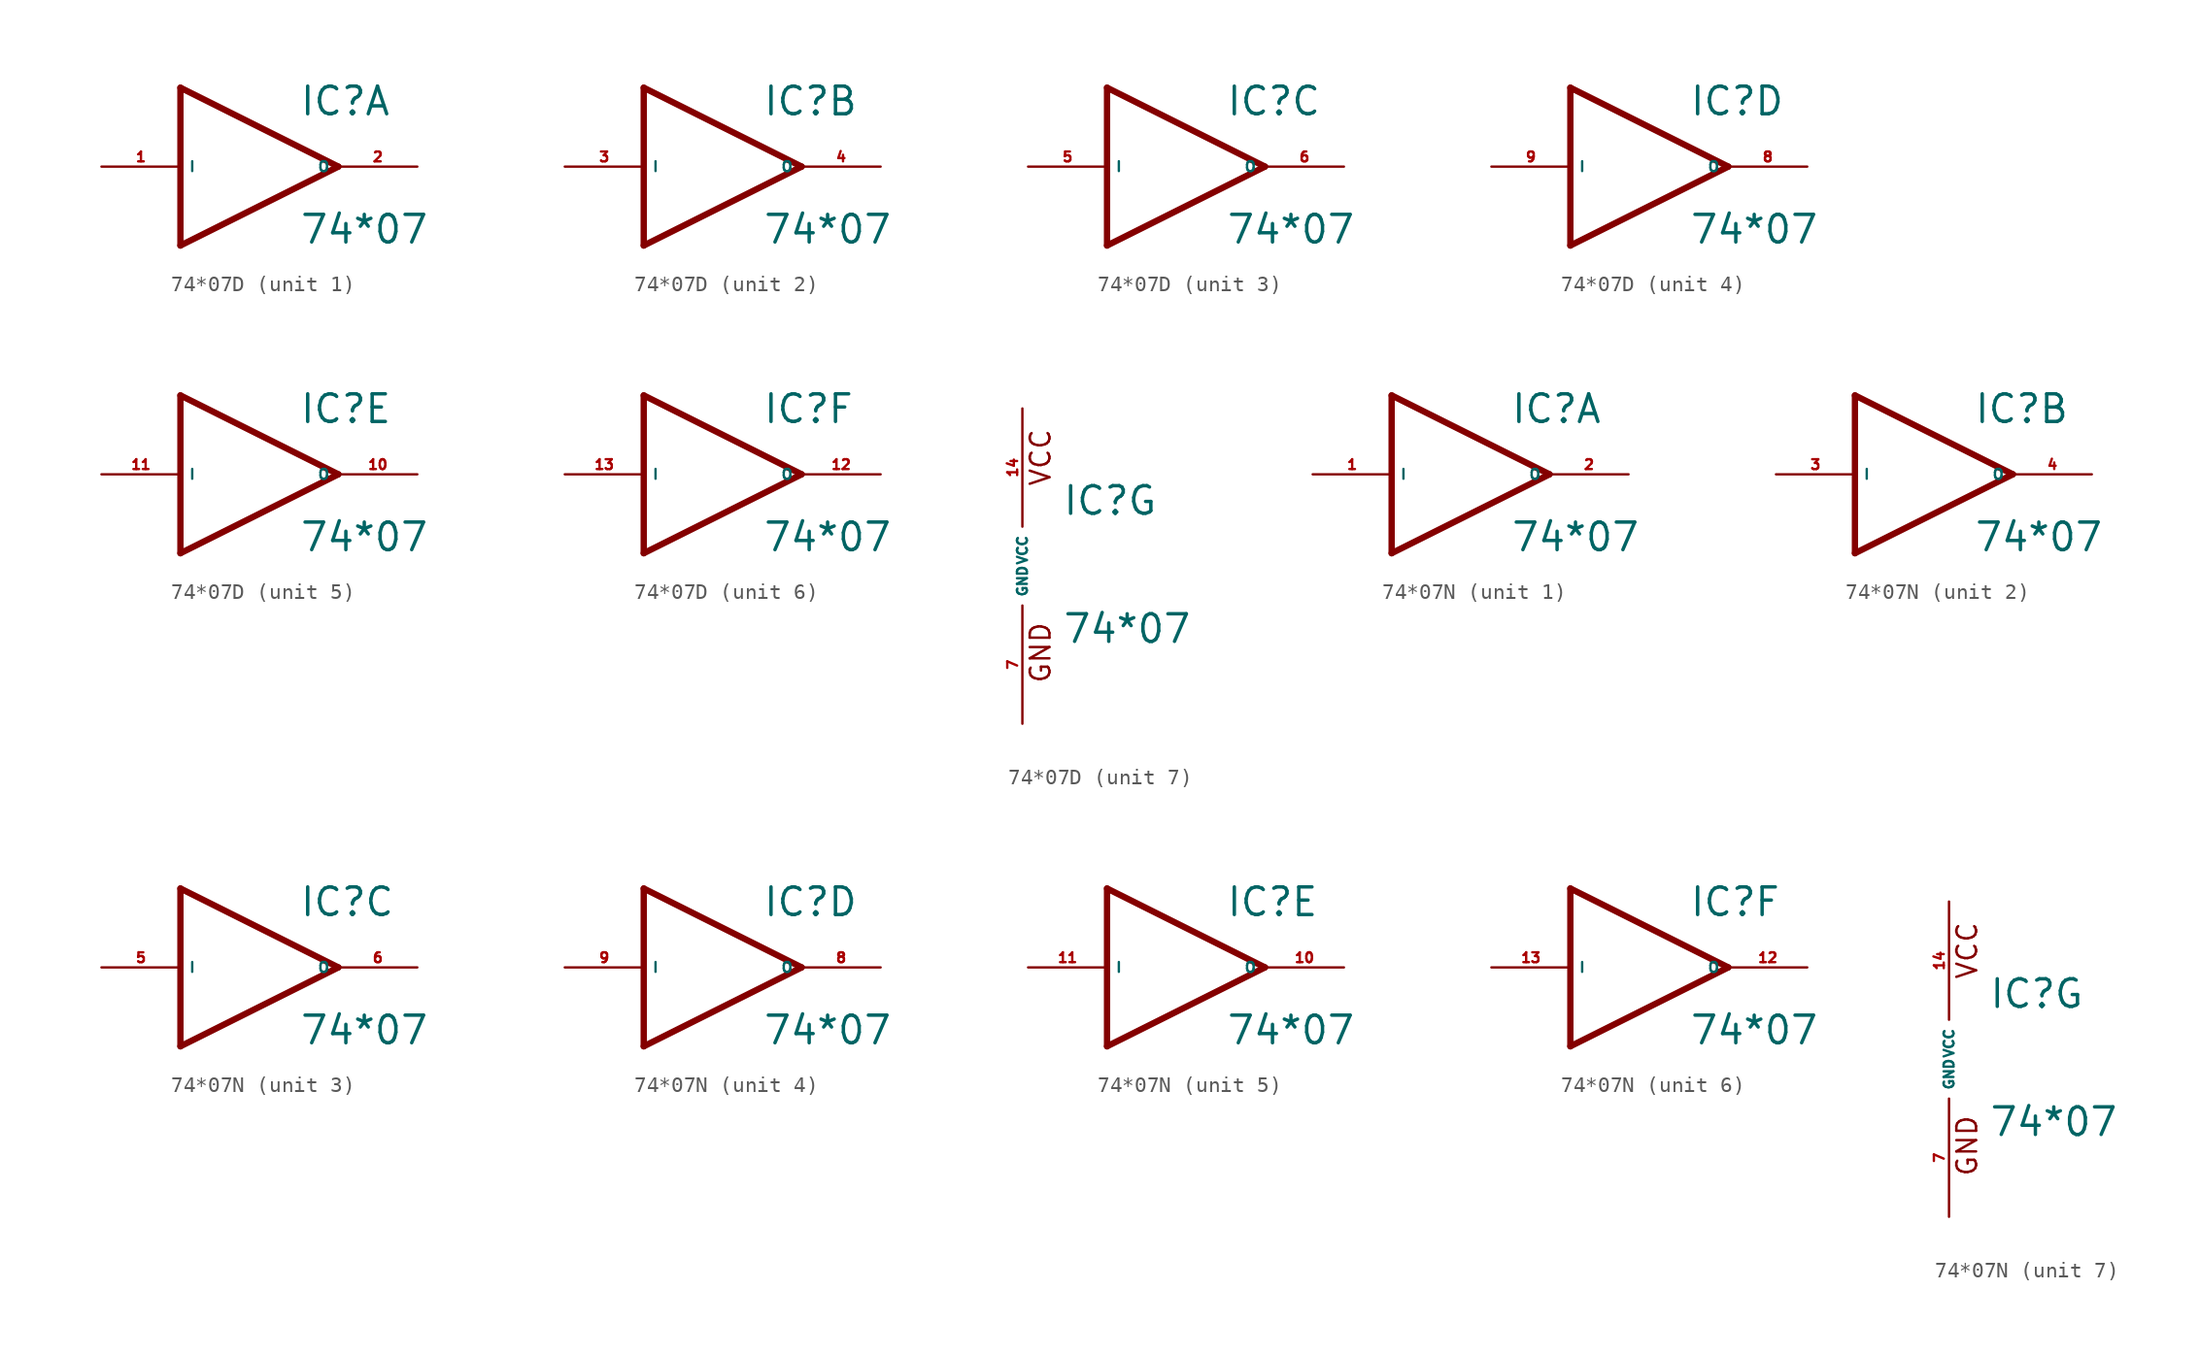
<source format=kicad_sym>
(kicad_symbol_lib
  (version 20220914)
  (generator Eagle2Kicad)
  (symbol "74*07D"
    (property "Reference" "IC"
      (at 2.54 3.175 0)
      (effects (font (size 1.778 1.778) (thickness 0.22)) (justify left bottom)))
    (property "Value" "74*07"
      (at 2.54 -5.08 0)
      (effects (font (size 1.778 1.778) (thickness 0.22)) (justify left bottom)))
    (symbol "74*07D_1_0"
      (polyline (pts (xy -5.08 5.08) (xy 5.08 0)) (stroke (width 0.406) (type default)) (fill (type none)))
      (polyline (pts (xy 5.08 0) (xy -5.08 -5.08)) (stroke (width 0.406) (type default)) (fill (type none)))
      (polyline (pts (xy -5.08 -5.08) (xy -5.08 5.08)) (stroke (width 0.406) (type default)) (fill (type none)))
      (pin input line (at -10.16 0 0) (length 5.08) (name "I" (effects (font (size 0.635 0.635) (thickness 0.08)) (justify left bottom))) (number "1" (effects (font (size 0.635 0.635) (thickness 0.08)) (justify left bottom))))
      (pin open_collector line (at 10.16 0 180) (length 5.08) (name "O" (effects (font (size 0.635 0.635) (thickness 0.08)) (justify left bottom))) (number "2" (effects (font (size 0.635 0.635) (thickness 0.08)) (justify left bottom)))))
    (symbol "74*07D_2_0"
      (polyline (pts (xy -5.08 5.08) (xy 5.08 0)) (stroke (width 0.406) (type default)) (fill (type none)))
      (polyline (pts (xy 5.08 0) (xy -5.08 -5.08)) (stroke (width 0.406) (type default)) (fill (type none)))
      (polyline (pts (xy -5.08 -5.08) (xy -5.08 5.08)) (stroke (width 0.406) (type default)) (fill (type none)))
      (pin input line (at -10.16 0 0) (length 5.08) (name "I" (effects (font (size 0.635 0.635) (thickness 0.08)) (justify left bottom))) (number "3" (effects (font (size 0.635 0.635) (thickness 0.08)) (justify left bottom))))
      (pin open_collector line (at 10.16 0 180) (length 5.08) (name "O" (effects (font (size 0.635 0.635) (thickness 0.08)) (justify left bottom))) (number "4" (effects (font (size 0.635 0.635) (thickness 0.08)) (justify left bottom)))))
    (symbol "74*07D_3_0"
      (polyline (pts (xy -5.08 5.08) (xy 5.08 0)) (stroke (width 0.406) (type default)) (fill (type none)))
      (polyline (pts (xy 5.08 0) (xy -5.08 -5.08)) (stroke (width 0.406) (type default)) (fill (type none)))
      (polyline (pts (xy -5.08 -5.08) (xy -5.08 5.08)) (stroke (width 0.406) (type default)) (fill (type none)))
      (pin input line (at -10.16 0 0) (length 5.08) (name "I" (effects (font (size 0.635 0.635) (thickness 0.08)) (justify left bottom))) (number "5" (effects (font (size 0.635 0.635) (thickness 0.08)) (justify left bottom))))
      (pin open_collector line (at 10.16 0 180) (length 5.08) (name "O" (effects (font (size 0.635 0.635) (thickness 0.08)) (justify left bottom))) (number "6" (effects (font (size 0.635 0.635) (thickness 0.08)) (justify left bottom)))))
    (symbol "74*07D_4_0"
      (polyline (pts (xy -5.08 5.08) (xy 5.08 0)) (stroke (width 0.406) (type default)) (fill (type none)))
      (polyline (pts (xy 5.08 0) (xy -5.08 -5.08)) (stroke (width 0.406) (type default)) (fill (type none)))
      (polyline (pts (xy -5.08 -5.08) (xy -5.08 5.08)) (stroke (width 0.406) (type default)) (fill (type none)))
      (pin input line (at -10.16 0 0) (length 5.08) (name "I" (effects (font (size 0.635 0.635) (thickness 0.08)) (justify left bottom))) (number "9" (effects (font (size 0.635 0.635) (thickness 0.08)) (justify left bottom))))
      (pin open_collector line (at 10.16 0 180) (length 5.08) (name "O" (effects (font (size 0.635 0.635) (thickness 0.08)) (justify left bottom))) (number "8" (effects (font (size 0.635 0.635) (thickness 0.08)) (justify left bottom)))))
    (symbol "74*07D_5_0"
      (polyline (pts (xy -5.08 5.08) (xy 5.08 0)) (stroke (width 0.406) (type default)) (fill (type none)))
      (polyline (pts (xy 5.08 0) (xy -5.08 -5.08)) (stroke (width 0.406) (type default)) (fill (type none)))
      (polyline (pts (xy -5.08 -5.08) (xy -5.08 5.08)) (stroke (width 0.406) (type default)) (fill (type none)))
      (pin input line (at -10.16 0 0) (length 5.08) (name "I" (effects (font (size 0.635 0.635) (thickness 0.08)) (justify left bottom))) (number "11" (effects (font (size 0.635 0.635) (thickness 0.08)) (justify left bottom))))
      (pin open_collector line (at 10.16 0 180) (length 5.08) (name "O" (effects (font (size 0.635 0.635) (thickness 0.08)) (justify left bottom))) (number "10" (effects (font (size 0.635 0.635) (thickness 0.08)) (justify left bottom)))))
    (symbol "74*07D_6_0"
      (polyline (pts (xy -5.08 5.08) (xy 5.08 0)) (stroke (width 0.406) (type default)) (fill (type none)))
      (polyline (pts (xy 5.08 0) (xy -5.08 -5.08)) (stroke (width 0.406) (type default)) (fill (type none)))
      (polyline (pts (xy -5.08 -5.08) (xy -5.08 5.08)) (stroke (width 0.406) (type default)) (fill (type none)))
      (pin input line (at -10.16 0 0) (length 5.08) (name "I" (effects (font (size 0.635 0.635) (thickness 0.08)) (justify left bottom))) (number "13" (effects (font (size 0.635 0.635) (thickness 0.08)) (justify left bottom))))
      (pin open_collector line (at 10.16 0 180) (length 5.08) (name "O" (effects (font (size 0.635 0.635) (thickness 0.08)) (justify left bottom))) (number "12" (effects (font (size 0.635 0.635) (thickness 0.08)) (justify left bottom)))))
    (symbol "74*07D_7_0"
      (text "GND" (at 1.905 -7.62 900) (effects (font (size 1.27 1.27) (thickness 0.16)) (justify left bottom)))
      (text "VCC" (at 1.905 5.08 900) (effects (font (size 1.27 1.27) (thickness 0.16)) (justify left bottom)))
      (pin unspecified line (at 0 -10.16 90) (length 7.62) (name "GND" (effects (font (size 0.635 0.635) (thickness 0.08)) (justify left bottom))) (number "7" (effects (font (size 0.635 0.635) (thickness 0.08)) (justify left bottom))))
      (pin unspecified line (at 0 10.16 270) (length 7.62) (name "VCC" (effects (font (size 0.635 0.635) (thickness 0.08)) (justify left bottom))) (number "14" (effects (font (size 0.635 0.635) (thickness 0.08)) (justify left bottom))))))
  (symbol "74*07N"
    (property "Reference" "IC"
      (at 2.54 3.175 0)
      (effects (font (size 1.778 1.778) (thickness 0.22)) (justify left bottom)))
    (property "Value" "74*07"
      (at 2.54 -5.08 0)
      (effects (font (size 1.778 1.778) (thickness 0.22)) (justify left bottom)))
    (symbol "74*07N_1_0"
      (polyline (pts (xy -5.08 5.08) (xy 5.08 0)) (stroke (width 0.406) (type default)) (fill (type none)))
      (polyline (pts (xy 5.08 0) (xy -5.08 -5.08)) (stroke (width 0.406) (type default)) (fill (type none)))
      (polyline (pts (xy -5.08 -5.08) (xy -5.08 5.08)) (stroke (width 0.406) (type default)) (fill (type none)))
      (pin input line (at -10.16 0 0) (length 5.08) (name "I" (effects (font (size 0.635 0.635) (thickness 0.08)) (justify left bottom))) (number "1" (effects (font (size 0.635 0.635) (thickness 0.08)) (justify left bottom))))
      (pin open_collector line (at 10.16 0 180) (length 5.08) (name "O" (effects (font (size 0.635 0.635) (thickness 0.08)) (justify left bottom))) (number "2" (effects (font (size 0.635 0.635) (thickness 0.08)) (justify left bottom)))))
    (symbol "74*07N_2_0"
      (polyline (pts (xy -5.08 5.08) (xy 5.08 0)) (stroke (width 0.406) (type default)) (fill (type none)))
      (polyline (pts (xy 5.08 0) (xy -5.08 -5.08)) (stroke (width 0.406) (type default)) (fill (type none)))
      (polyline (pts (xy -5.08 -5.08) (xy -5.08 5.08)) (stroke (width 0.406) (type default)) (fill (type none)))
      (pin input line (at -10.16 0 0) (length 5.08) (name "I" (effects (font (size 0.635 0.635) (thickness 0.08)) (justify left bottom))) (number "3" (effects (font (size 0.635 0.635) (thickness 0.08)) (justify left bottom))))
      (pin open_collector line (at 10.16 0 180) (length 5.08) (name "O" (effects (font (size 0.635 0.635) (thickness 0.08)) (justify left bottom))) (number "4" (effects (font (size 0.635 0.635) (thickness 0.08)) (justify left bottom)))))
    (symbol "74*07N_3_0"
      (polyline (pts (xy -5.08 5.08) (xy 5.08 0)) (stroke (width 0.406) (type default)) (fill (type none)))
      (polyline (pts (xy 5.08 0) (xy -5.08 -5.08)) (stroke (width 0.406) (type default)) (fill (type none)))
      (polyline (pts (xy -5.08 -5.08) (xy -5.08 5.08)) (stroke (width 0.406) (type default)) (fill (type none)))
      (pin input line (at -10.16 0 0) (length 5.08) (name "I" (effects (font (size 0.635 0.635) (thickness 0.08)) (justify left bottom))) (number "5" (effects (font (size 0.635 0.635) (thickness 0.08)) (justify left bottom))))
      (pin open_collector line (at 10.16 0 180) (length 5.08) (name "O" (effects (font (size 0.635 0.635) (thickness 0.08)) (justify left bottom))) (number "6" (effects (font (size 0.635 0.635) (thickness 0.08)) (justify left bottom)))))
    (symbol "74*07N_4_0"
      (polyline (pts (xy -5.08 5.08) (xy 5.08 0)) (stroke (width 0.406) (type default)) (fill (type none)))
      (polyline (pts (xy 5.08 0) (xy -5.08 -5.08)) (stroke (width 0.406) (type default)) (fill (type none)))
      (polyline (pts (xy -5.08 -5.08) (xy -5.08 5.08)) (stroke (width 0.406) (type default)) (fill (type none)))
      (pin input line (at -10.16 0 0) (length 5.08) (name "I" (effects (font (size 0.635 0.635) (thickness 0.08)) (justify left bottom))) (number "9" (effects (font (size 0.635 0.635) (thickness 0.08)) (justify left bottom))))
      (pin open_collector line (at 10.16 0 180) (length 5.08) (name "O" (effects (font (size 0.635 0.635) (thickness 0.08)) (justify left bottom))) (number "8" (effects (font (size 0.635 0.635) (thickness 0.08)) (justify left bottom)))))
    (symbol "74*07N_5_0"
      (polyline (pts (xy -5.08 5.08) (xy 5.08 0)) (stroke (width 0.406) (type default)) (fill (type none)))
      (polyline (pts (xy 5.08 0) (xy -5.08 -5.08)) (stroke (width 0.406) (type default)) (fill (type none)))
      (polyline (pts (xy -5.08 -5.08) (xy -5.08 5.08)) (stroke (width 0.406) (type default)) (fill (type none)))
      (pin input line (at -10.16 0 0) (length 5.08) (name "I" (effects (font (size 0.635 0.635) (thickness 0.08)) (justify left bottom))) (number "11" (effects (font (size 0.635 0.635) (thickness 0.08)) (justify left bottom))))
      (pin open_collector line (at 10.16 0 180) (length 5.08) (name "O" (effects (font (size 0.635 0.635) (thickness 0.08)) (justify left bottom))) (number "10" (effects (font (size 0.635 0.635) (thickness 0.08)) (justify left bottom)))))
    (symbol "74*07N_6_0"
      (polyline (pts (xy -5.08 5.08) (xy 5.08 0)) (stroke (width 0.406) (type default)) (fill (type none)))
      (polyline (pts (xy 5.08 0) (xy -5.08 -5.08)) (stroke (width 0.406) (type default)) (fill (type none)))
      (polyline (pts (xy -5.08 -5.08) (xy -5.08 5.08)) (stroke (width 0.406) (type default)) (fill (type none)))
      (pin input line (at -10.16 0 0) (length 5.08) (name "I" (effects (font (size 0.635 0.635) (thickness 0.08)) (justify left bottom))) (number "13" (effects (font (size 0.635 0.635) (thickness 0.08)) (justify left bottom))))
      (pin open_collector line (at 10.16 0 180) (length 5.08) (name "O" (effects (font (size 0.635 0.635) (thickness 0.08)) (justify left bottom))) (number "12" (effects (font (size 0.635 0.635) (thickness 0.08)) (justify left bottom)))))
    (symbol "74*07N_7_0"
      (text "GND" (at 1.905 -7.62 900) (effects (font (size 1.27 1.27) (thickness 0.16)) (justify left bottom)))
      (text "VCC" (at 1.905 5.08 900) (effects (font (size 1.27 1.27) (thickness 0.16)) (justify left bottom)))
      (pin unspecified line (at 0 -10.16 90) (length 7.62) (name "GND" (effects (font (size 0.635 0.635) (thickness 0.08)) (justify left bottom))) (number "7" (effects (font (size 0.635 0.635) (thickness 0.08)) (justify left bottom))))
      (pin unspecified line (at 0 10.16 270) (length 7.62) (name "VCC" (effects (font (size 0.635 0.635) (thickness 0.08)) (justify left bottom))) (number "14" (effects (font (size 0.635 0.635) (thickness 0.08)) (justify left bottom)))))))
</source>
